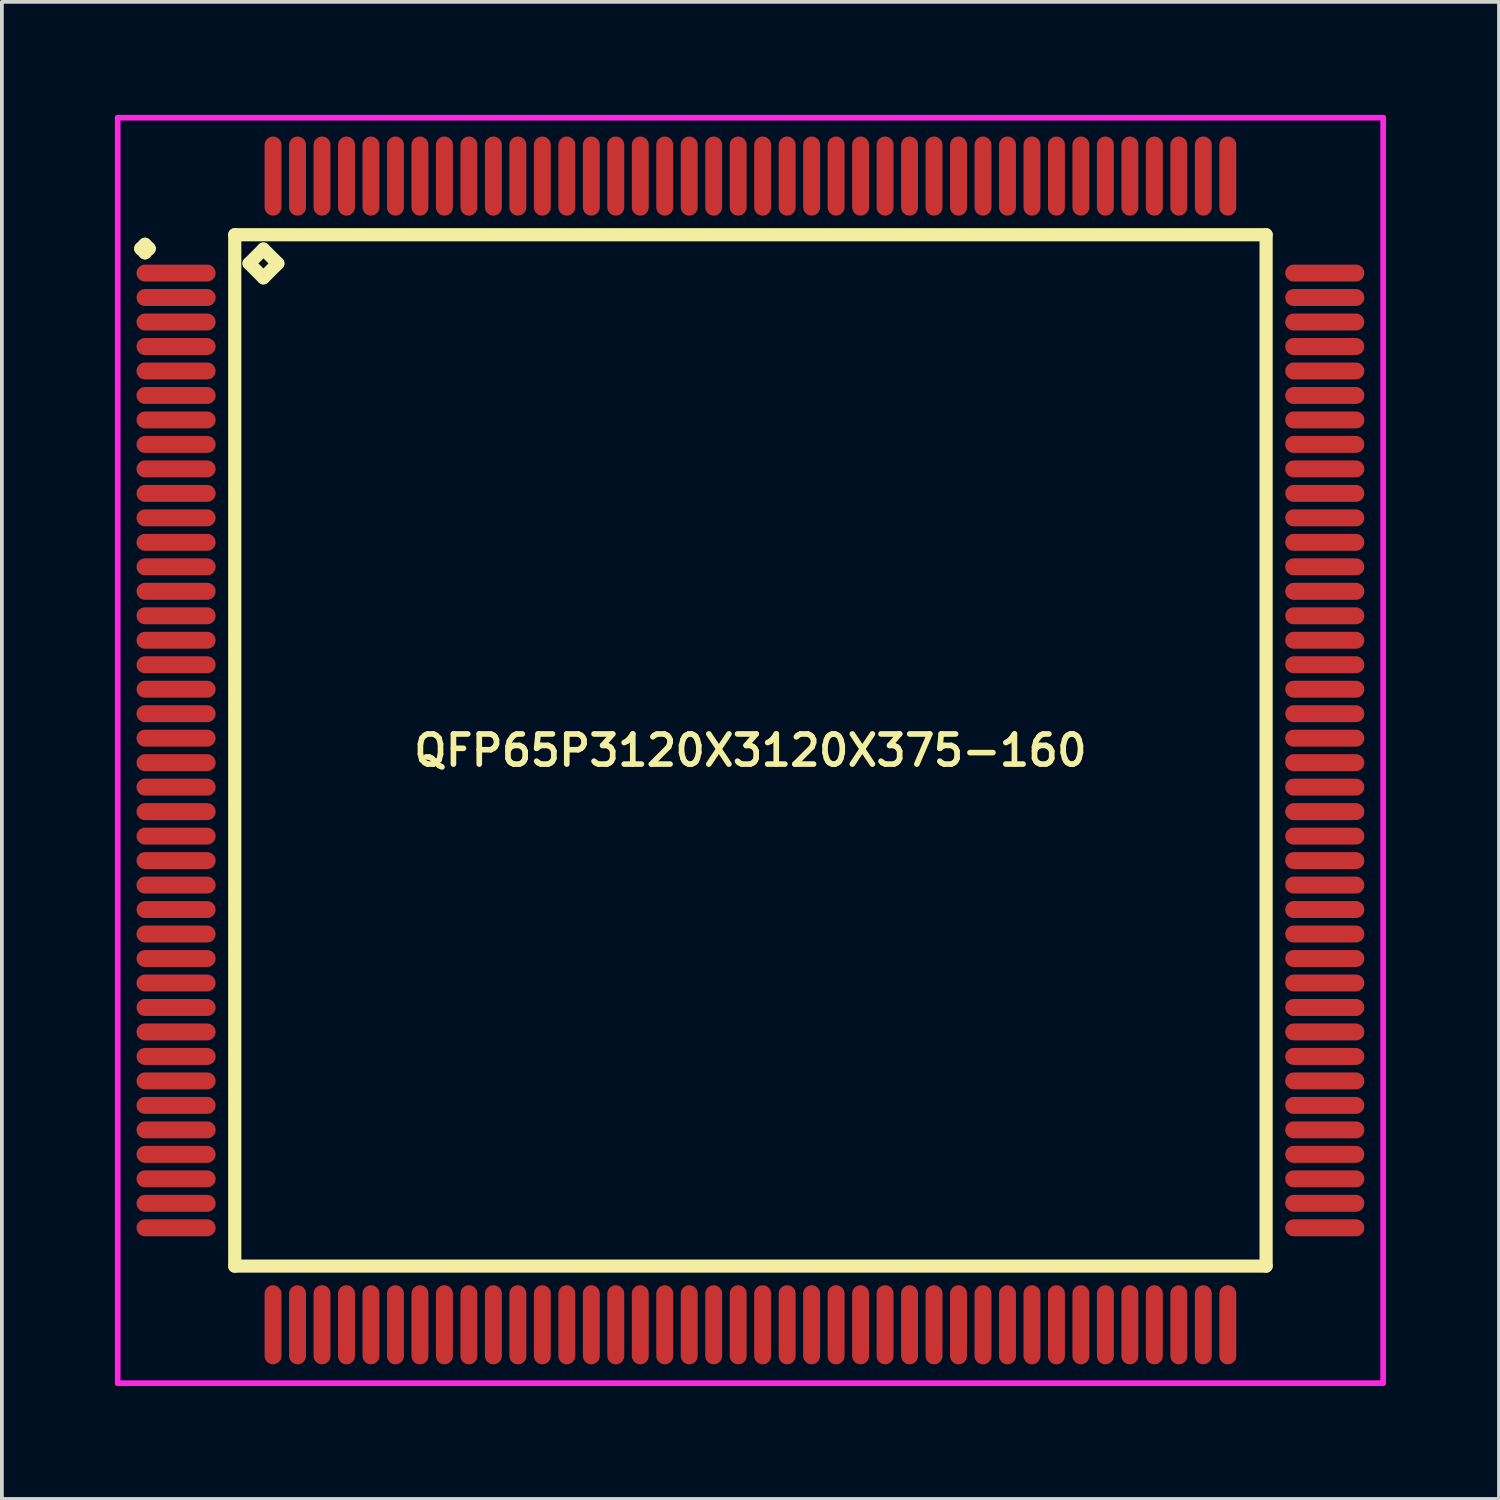
<source format=kicad_pcb>
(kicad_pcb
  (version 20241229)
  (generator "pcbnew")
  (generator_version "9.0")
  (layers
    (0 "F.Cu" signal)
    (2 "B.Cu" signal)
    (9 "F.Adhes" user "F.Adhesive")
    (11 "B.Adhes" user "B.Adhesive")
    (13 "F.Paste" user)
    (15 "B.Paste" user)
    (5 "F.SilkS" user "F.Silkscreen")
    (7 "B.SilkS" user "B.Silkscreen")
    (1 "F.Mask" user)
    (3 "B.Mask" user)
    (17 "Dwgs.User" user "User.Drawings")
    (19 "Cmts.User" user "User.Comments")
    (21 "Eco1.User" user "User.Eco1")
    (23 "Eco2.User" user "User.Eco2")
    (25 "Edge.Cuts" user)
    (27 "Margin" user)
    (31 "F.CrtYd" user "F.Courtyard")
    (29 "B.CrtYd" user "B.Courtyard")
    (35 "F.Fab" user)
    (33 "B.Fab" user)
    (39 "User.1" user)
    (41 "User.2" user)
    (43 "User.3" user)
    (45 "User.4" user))
  (footprint "QFP65P3120X3120X375-160"
    (layer "F.Cu")
    (at 16.875 16.875)
    (property "Reference" "QFP65P3120X3120X375-160" (at 0 0 0) (layer "F.SilkS") (effects (font (size 0.8 0.8) (thickness 0.15))))
    (attr smd)
    (fp_line (start -16.188 -13.325) (end -16.075 -13.438) (stroke (width 0.35) (type solid)) (layer "F.SilkS"))
    (fp_line (start -16.075 -13.438) (end -15.963 -13.325) (stroke (width 0.35) (type solid)) (layer "F.SilkS"))
    (fp_line (start -16.075 -13.213) (end -16.188 -13.325) (stroke (width 0.35) (type solid)) (layer "F.SilkS"))
    (fp_line (start -15.963 -13.325) (end -16.075 -13.213) (stroke (width 0.35) (type solid)) (layer "F.SilkS"))
    (fp_line (start -13.692 -13.692) (end -13.692 13.692) (stroke (width 0.35) (type solid)) (layer "F.SilkS"))
    (fp_line (start -13.692 13.692) (end 13.692 13.692) (stroke (width 0.35) (type solid)) (layer "F.SilkS"))
    (fp_line (start -13.311 -12.93) (end -12.93 -13.311) (stroke (width 0.35) (type solid)) (layer "F.SilkS"))
    (fp_line (start -12.93 -13.311) (end -12.549 -12.93) (stroke (width 0.35) (type solid)) (layer "F.SilkS"))
    (fp_line (start -12.93 -12.549) (end -13.311 -12.93) (stroke (width 0.35) (type solid)) (layer "F.SilkS"))
    (fp_line (start -12.549 -12.93) (end -12.93 -12.549) (stroke (width 0.35) (type solid)) (layer "F.SilkS"))
    (fp_line (start 13.692 -13.692) (end -13.692 -13.692) (stroke (width 0.35) (type solid)) (layer "F.SilkS"))
    (fp_line (start 13.692 13.692) (end 13.692 -13.692) (stroke (width 0.35) (type solid)) (layer "F.SilkS"))
    (fp_line (start -16.8 -16.8) (end 16.8 -16.8) (stroke (width 0.15) (type solid)) (layer "F.CrtYd"))
    (fp_line (start -16.8 16.8) (end -16.8 -16.8) (stroke (width 0.15) (type solid)) (layer "F.CrtYd"))
    (fp_line (start 16.8 -16.8) (end 16.8 16.8) (stroke (width 0.15) (type solid)) (layer "F.CrtYd"))
    (fp_line (start 16.8 16.8) (end -16.8 16.8) (stroke (width 0.15) (type solid)) (layer "F.CrtYd"))
    (pad "1" smd oval (at -15.25 -12.675) (size 2.1 0.45) (layers "F.Cu" "F.Mask" "F.Paste"))
    (pad "2" smd oval (at -15.25 -12.025) (size 2.1 0.45) (layers "F.Cu" "F.Mask" "F.Paste"))
    (pad "3" smd oval (at -15.25 -11.375) (size 2.1 0.45) (layers "F.Cu" "F.Mask" "F.Paste"))
    (pad "4" smd oval (at -15.25 -10.725) (size 2.1 0.45) (layers "F.Cu" "F.Mask" "F.Paste"))
    (pad "5" smd oval (at -15.25 -10.075) (size 2.1 0.45) (layers "F.Cu" "F.Mask" "F.Paste"))
    (pad "6" smd oval (at -15.25 -9.425) (size 2.1 0.45) (layers "F.Cu" "F.Mask" "F.Paste"))
    (pad "7" smd oval (at -15.25 -8.775) (size 2.1 0.45) (layers "F.Cu" "F.Mask" "F.Paste"))
    (pad "8" smd oval (at -15.25 -8.125) (size 2.1 0.45) (layers "F.Cu" "F.Mask" "F.Paste"))
    (pad "9" smd oval (at -15.25 -7.475) (size 2.1 0.45) (layers "F.Cu" "F.Mask" "F.Paste"))
    (pad "10" smd oval (at -15.25 -6.825) (size 2.1 0.45) (layers "F.Cu" "F.Mask" "F.Paste"))
    (pad "11" smd oval (at -15.25 -6.175) (size 2.1 0.45) (layers "F.Cu" "F.Mask" "F.Paste"))
    (pad "12" smd oval (at -15.25 -5.525) (size 2.1 0.45) (layers "F.Cu" "F.Mask" "F.Paste"))
    (pad "13" smd oval (at -15.25 -4.875) (size 2.1 0.45) (layers "F.Cu" "F.Mask" "F.Paste"))
    (pad "14" smd oval (at -15.25 -4.225) (size 2.1 0.45) (layers "F.Cu" "F.Mask" "F.Paste"))
    (pad "15" smd oval (at -15.25 -3.575) (size 2.1 0.45) (layers "F.Cu" "F.Mask" "F.Paste"))
    (pad "16" smd oval (at -15.25 -2.925) (size 2.1 0.45) (layers "F.Cu" "F.Mask" "F.Paste"))
    (pad "17" smd oval (at -15.25 -2.275) (size 2.1 0.45) (layers "F.Cu" "F.Mask" "F.Paste"))
    (pad "18" smd oval (at -15.25 -1.625) (size 2.1 0.45) (layers "F.Cu" "F.Mask" "F.Paste"))
    (pad "19" smd oval (at -15.25 -0.975) (size 2.1 0.45) (layers "F.Cu" "F.Mask" "F.Paste"))
    (pad "20" smd oval (at -15.25 -0.325) (size 2.1 0.45) (layers "F.Cu" "F.Mask" "F.Paste"))
    (pad "21" smd oval (at -15.25 0.325) (size 2.1 0.45) (layers "F.Cu" "F.Mask" "F.Paste"))
    (pad "22" smd oval (at -15.25 0.975) (size 2.1 0.45) (layers "F.Cu" "F.Mask" "F.Paste"))
    (pad "23" smd oval (at -15.25 1.625) (size 2.1 0.45) (layers "F.Cu" "F.Mask" "F.Paste"))
    (pad "24" smd oval (at -15.25 2.275) (size 2.1 0.45) (layers "F.Cu" "F.Mask" "F.Paste"))
    (pad "25" smd oval (at -15.25 2.925) (size 2.1 0.45) (layers "F.Cu" "F.Mask" "F.Paste"))
    (pad "26" smd oval (at -15.25 3.575) (size 2.1 0.45) (layers "F.Cu" "F.Mask" "F.Paste"))
    (pad "27" smd oval (at -15.25 4.225) (size 2.1 0.45) (layers "F.Cu" "F.Mask" "F.Paste"))
    (pad "28" smd oval (at -15.25 4.875) (size 2.1 0.45) (layers "F.Cu" "F.Mask" "F.Paste"))
    (pad "29" smd oval (at -15.25 5.525) (size 2.1 0.45) (layers "F.Cu" "F.Mask" "F.Paste"))
    (pad "30" smd oval (at -15.25 6.175) (size 2.1 0.45) (layers "F.Cu" "F.Mask" "F.Paste"))
    (pad "31" smd oval (at -15.25 6.825) (size 2.1 0.45) (layers "F.Cu" "F.Mask" "F.Paste"))
    (pad "32" smd oval (at -15.25 7.475) (size 2.1 0.45) (layers "F.Cu" "F.Mask" "F.Paste"))
    (pad "33" smd oval (at -15.25 8.125) (size 2.1 0.45) (layers "F.Cu" "F.Mask" "F.Paste"))
    (pad "34" smd oval (at -15.25 8.775) (size 2.1 0.45) (layers "F.Cu" "F.Mask" "F.Paste"))
    (pad "35" smd oval (at -15.25 9.425) (size 2.1 0.45) (layers "F.Cu" "F.Mask" "F.Paste"))
    (pad "36" smd oval (at -15.25 10.075) (size 2.1 0.45) (layers "F.Cu" "F.Mask" "F.Paste"))
    (pad "37" smd oval (at -15.25 10.725) (size 2.1 0.45) (layers "F.Cu" "F.Mask" "F.Paste"))
    (pad "38" smd oval (at -15.25 11.375) (size 2.1 0.45) (layers "F.Cu" "F.Mask" "F.Paste"))
    (pad "39" smd oval (at -15.25 12.025) (size 2.1 0.45) (layers "F.Cu" "F.Mask" "F.Paste"))
    (pad "40" smd oval (at -15.25 12.675) (size 2.1 0.45) (layers "F.Cu" "F.Mask" "F.Paste"))
    (pad "41" smd oval (at -12.675 15.25) (size 0.45 2.1) (layers "F.Cu" "F.Mask" "F.Paste"))
    (pad "42" smd oval (at -12.025 15.25) (size 0.45 2.1) (layers "F.Cu" "F.Mask" "F.Paste"))
    (pad "43" smd oval (at -11.375 15.25) (size 0.45 2.1) (layers "F.Cu" "F.Mask" "F.Paste"))
    (pad "44" smd oval (at -10.725 15.25) (size 0.45 2.1) (layers "F.Cu" "F.Mask" "F.Paste"))
    (pad "45" smd oval (at -10.075 15.25) (size 0.45 2.1) (layers "F.Cu" "F.Mask" "F.Paste"))
    (pad "46" smd oval (at -9.425 15.25) (size 0.45 2.1) (layers "F.Cu" "F.Mask" "F.Paste"))
    (pad "47" smd oval (at -8.775 15.25) (size 0.45 2.1) (layers "F.Cu" "F.Mask" "F.Paste"))
    (pad "48" smd oval (at -8.125 15.25) (size 0.45 2.1) (layers "F.Cu" "F.Mask" "F.Paste"))
    (pad "49" smd oval (at -7.475 15.25) (size 0.45 2.1) (layers "F.Cu" "F.Mask" "F.Paste"))
    (pad "50" smd oval (at -6.825 15.25) (size 0.45 2.1) (layers "F.Cu" "F.Mask" "F.Paste"))
    (pad "51" smd oval (at -6.175 15.25) (size 0.45 2.1) (layers "F.Cu" "F.Mask" "F.Paste"))
    (pad "52" smd oval (at -5.525 15.25) (size 0.45 2.1) (layers "F.Cu" "F.Mask" "F.Paste"))
    (pad "53" smd oval (at -4.875 15.25) (size 0.45 2.1) (layers "F.Cu" "F.Mask" "F.Paste"))
    (pad "54" smd oval (at -4.225 15.25) (size 0.45 2.1) (layers "F.Cu" "F.Mask" "F.Paste"))
    (pad "55" smd oval (at -3.575 15.25) (size 0.45 2.1) (layers "F.Cu" "F.Mask" "F.Paste"))
    (pad "56" smd oval (at -2.925 15.25) (size 0.45 2.1) (layers "F.Cu" "F.Mask" "F.Paste"))
    (pad "57" smd oval (at -2.275 15.25) (size 0.45 2.1) (layers "F.Cu" "F.Mask" "F.Paste"))
    (pad "58" smd oval (at -1.625 15.25) (size 0.45 2.1) (layers "F.Cu" "F.Mask" "F.Paste"))
    (pad "59" smd oval (at -0.975 15.25) (size 0.45 2.1) (layers "F.Cu" "F.Mask" "F.Paste"))
    (pad "60" smd oval (at -0.325 15.25) (size 0.45 2.1) (layers "F.Cu" "F.Mask" "F.Paste"))
    (pad "61" smd oval (at 0.325 15.25) (size 0.45 2.1) (layers "F.Cu" "F.Mask" "F.Paste"))
    (pad "62" smd oval (at 0.975 15.25) (size 0.45 2.1) (layers "F.Cu" "F.Mask" "F.Paste"))
    (pad "63" smd oval (at 1.625 15.25) (size 0.45 2.1) (layers "F.Cu" "F.Mask" "F.Paste"))
    (pad "64" smd oval (at 2.275 15.25) (size 0.45 2.1) (layers "F.Cu" "F.Mask" "F.Paste"))
    (pad "65" smd oval (at 2.925 15.25) (size 0.45 2.1) (layers "F.Cu" "F.Mask" "F.Paste"))
    (pad "66" smd oval (at 3.575 15.25) (size 0.45 2.1) (layers "F.Cu" "F.Mask" "F.Paste"))
    (pad "67" smd oval (at 4.225 15.25) (size 0.45 2.1) (layers "F.Cu" "F.Mask" "F.Paste"))
    (pad "68" smd oval (at 4.875 15.25) (size 0.45 2.1) (layers "F.Cu" "F.Mask" "F.Paste"))
    (pad "69" smd oval (at 5.525 15.25) (size 0.45 2.1) (layers "F.Cu" "F.Mask" "F.Paste"))
    (pad "70" smd oval (at 6.175 15.25) (size 0.45 2.1) (layers "F.Cu" "F.Mask" "F.Paste"))
    (pad "71" smd oval (at 6.825 15.25) (size 0.45 2.1) (layers "F.Cu" "F.Mask" "F.Paste"))
    (pad "72" smd oval (at 7.475 15.25) (size 0.45 2.1) (layers "F.Cu" "F.Mask" "F.Paste"))
    (pad "73" smd oval (at 8.125 15.25) (size 0.45 2.1) (layers "F.Cu" "F.Mask" "F.Paste"))
    (pad "74" smd oval (at 8.775 15.25) (size 0.45 2.1) (layers "F.Cu" "F.Mask" "F.Paste"))
    (pad "75" smd oval (at 9.425 15.25) (size 0.45 2.1) (layers "F.Cu" "F.Mask" "F.Paste"))
    (pad "76" smd oval (at 10.075 15.25) (size 0.45 2.1) (layers "F.Cu" "F.Mask" "F.Paste"))
    (pad "77" smd oval (at 10.725 15.25) (size 0.45 2.1) (layers "F.Cu" "F.Mask" "F.Paste"))
    (pad "78" smd oval (at 11.375 15.25) (size 0.45 2.1) (layers "F.Cu" "F.Mask" "F.Paste"))
    (pad "79" smd oval (at 12.025 15.25) (size 0.45 2.1) (layers "F.Cu" "F.Mask" "F.Paste"))
    (pad "80" smd oval (at 12.675 15.25) (size 0.45 2.1) (layers "F.Cu" "F.Mask" "F.Paste"))
    (pad "81" smd oval (at 15.25 12.675) (size 2.1 0.45) (layers "F.Cu" "F.Mask" "F.Paste"))
    (pad "82" smd oval (at 15.25 12.025) (size 2.1 0.45) (layers "F.Cu" "F.Mask" "F.Paste"))
    (pad "83" smd oval (at 15.25 11.375) (size 2.1 0.45) (layers "F.Cu" "F.Mask" "F.Paste"))
    (pad "84" smd oval (at 15.25 10.725) (size 2.1 0.45) (layers "F.Cu" "F.Mask" "F.Paste"))
    (pad "85" smd oval (at 15.25 10.075) (size 2.1 0.45) (layers "F.Cu" "F.Mask" "F.Paste"))
    (pad "86" smd oval (at 15.25 9.425) (size 2.1 0.45) (layers "F.Cu" "F.Mask" "F.Paste"))
    (pad "87" smd oval (at 15.25 8.775) (size 2.1 0.45) (layers "F.Cu" "F.Mask" "F.Paste"))
    (pad "88" smd oval (at 15.25 8.125) (size 2.1 0.45) (layers "F.Cu" "F.Mask" "F.Paste"))
    (pad "89" smd oval (at 15.25 7.475) (size 2.1 0.45) (layers "F.Cu" "F.Mask" "F.Paste"))
    (pad "90" smd oval (at 15.25 6.825) (size 2.1 0.45) (layers "F.Cu" "F.Mask" "F.Paste"))
    (pad "91" smd oval (at 15.25 6.175) (size 2.1 0.45) (layers "F.Cu" "F.Mask" "F.Paste"))
    (pad "92" smd oval (at 15.25 5.525) (size 2.1 0.45) (layers "F.Cu" "F.Mask" "F.Paste"))
    (pad "93" smd oval (at 15.25 4.875) (size 2.1 0.45) (layers "F.Cu" "F.Mask" "F.Paste"))
    (pad "94" smd oval (at 15.25 4.225) (size 2.1 0.45) (layers "F.Cu" "F.Mask" "F.Paste"))
    (pad "95" smd oval (at 15.25 3.575) (size 2.1 0.45) (layers "F.Cu" "F.Mask" "F.Paste"))
    (pad "96" smd oval (at 15.25 2.925) (size 2.1 0.45) (layers "F.Cu" "F.Mask" "F.Paste"))
    (pad "97" smd oval (at 15.25 2.275) (size 2.1 0.45) (layers "F.Cu" "F.Mask" "F.Paste"))
    (pad "98" smd oval (at 15.25 1.625) (size 2.1 0.45) (layers "F.Cu" "F.Mask" "F.Paste"))
    (pad "99" smd oval (at 15.25 0.975) (size 2.1 0.45) (layers "F.Cu" "F.Mask" "F.Paste"))
    (pad "100" smd oval (at 15.25 0.325) (size 2.1 0.45) (layers "F.Cu" "F.Mask" "F.Paste"))
    (pad "101" smd oval (at 15.25 -0.325) (size 2.1 0.45) (layers "F.Cu" "F.Mask" "F.Paste"))
    (pad "102" smd oval (at 15.25 -0.975) (size 2.1 0.45) (layers "F.Cu" "F.Mask" "F.Paste"))
    (pad "103" smd oval (at 15.25 -1.625) (size 2.1 0.45) (layers "F.Cu" "F.Mask" "F.Paste"))
    (pad "104" smd oval (at 15.25 -2.275) (size 2.1 0.45) (layers "F.Cu" "F.Mask" "F.Paste"))
    (pad "105" smd oval (at 15.25 -2.925) (size 2.1 0.45) (layers "F.Cu" "F.Mask" "F.Paste"))
    (pad "106" smd oval (at 15.25 -3.575) (size 2.1 0.45) (layers "F.Cu" "F.Mask" "F.Paste"))
    (pad "107" smd oval (at 15.25 -4.225) (size 2.1 0.45) (layers "F.Cu" "F.Mask" "F.Paste"))
    (pad "108" smd oval (at 15.25 -4.875) (size 2.1 0.45) (layers "F.Cu" "F.Mask" "F.Paste"))
    (pad "109" smd oval (at 15.25 -5.525) (size 2.1 0.45) (layers "F.Cu" "F.Mask" "F.Paste"))
    (pad "110" smd oval (at 15.25 -6.175) (size 2.1 0.45) (layers "F.Cu" "F.Mask" "F.Paste"))
    (pad "111" smd oval (at 15.25 -6.825) (size 2.1 0.45) (layers "F.Cu" "F.Mask" "F.Paste"))
    (pad "112" smd oval (at 15.25 -7.475) (size 2.1 0.45) (layers "F.Cu" "F.Mask" "F.Paste"))
    (pad "113" smd oval (at 15.25 -8.125) (size 2.1 0.45) (layers "F.Cu" "F.Mask" "F.Paste"))
    (pad "114" smd oval (at 15.25 -8.775) (size 2.1 0.45) (layers "F.Cu" "F.Mask" "F.Paste"))
    (pad "115" smd oval (at 15.25 -9.425) (size 2.1 0.45) (layers "F.Cu" "F.Mask" "F.Paste"))
    (pad "116" smd oval (at 15.25 -10.075) (size 2.1 0.45) (layers "F.Cu" "F.Mask" "F.Paste"))
    (pad "117" smd oval (at 15.25 -10.725) (size 2.1 0.45) (layers "F.Cu" "F.Mask" "F.Paste"))
    (pad "118" smd oval (at 15.25 -11.375) (size 2.1 0.45) (layers "F.Cu" "F.Mask" "F.Paste"))
    (pad "119" smd oval (at 15.25 -12.025) (size 2.1 0.45) (layers "F.Cu" "F.Mask" "F.Paste"))
    (pad "120" smd oval (at 15.25 -12.675) (size 2.1 0.45) (layers "F.Cu" "F.Mask" "F.Paste"))
    (pad "121" smd oval (at 12.675 -15.25) (size 0.45 2.1) (layers "F.Cu" "F.Mask" "F.Paste"))
    (pad "122" smd oval (at 12.025 -15.25) (size 0.45 2.1) (layers "F.Cu" "F.Mask" "F.Paste"))
    (pad "123" smd oval (at 11.375 -15.25) (size 0.45 2.1) (layers "F.Cu" "F.Mask" "F.Paste"))
    (pad "124" smd oval (at 10.725 -15.25) (size 0.45 2.1) (layers "F.Cu" "F.Mask" "F.Paste"))
    (pad "125" smd oval (at 10.075 -15.25) (size 0.45 2.1) (layers "F.Cu" "F.Mask" "F.Paste"))
    (pad "126" smd oval (at 9.425 -15.25) (size 0.45 2.1) (layers "F.Cu" "F.Mask" "F.Paste"))
    (pad "127" smd oval (at 8.775 -15.25) (size 0.45 2.1) (layers "F.Cu" "F.Mask" "F.Paste"))
    (pad "128" smd oval (at 8.125 -15.25) (size 0.45 2.1) (layers "F.Cu" "F.Mask" "F.Paste"))
    (pad "129" smd oval (at 7.475 -15.25) (size 0.45 2.1) (layers "F.Cu" "F.Mask" "F.Paste"))
    (pad "130" smd oval (at 6.825 -15.25) (size 0.45 2.1) (layers "F.Cu" "F.Mask" "F.Paste"))
    (pad "131" smd oval (at 6.175 -15.25) (size 0.45 2.1) (layers "F.Cu" "F.Mask" "F.Paste"))
    (pad "132" smd oval (at 5.525 -15.25) (size 0.45 2.1) (layers "F.Cu" "F.Mask" "F.Paste"))
    (pad "133" smd oval (at 4.875 -15.25) (size 0.45 2.1) (layers "F.Cu" "F.Mask" "F.Paste"))
    (pad "134" smd oval (at 4.225 -15.25) (size 0.45 2.1) (layers "F.Cu" "F.Mask" "F.Paste"))
    (pad "135" smd oval (at 3.575 -15.25) (size 0.45 2.1) (layers "F.Cu" "F.Mask" "F.Paste"))
    (pad "136" smd oval (at 2.925 -15.25) (size 0.45 2.1) (layers "F.Cu" "F.Mask" "F.Paste"))
    (pad "137" smd oval (at 2.275 -15.25) (size 0.45 2.1) (layers "F.Cu" "F.Mask" "F.Paste"))
    (pad "138" smd oval (at 1.625 -15.25) (size 0.45 2.1) (layers "F.Cu" "F.Mask" "F.Paste"))
    (pad "139" smd oval (at 0.975 -15.25) (size 0.45 2.1) (layers "F.Cu" "F.Mask" "F.Paste"))
    (pad "140" smd oval (at 0.325 -15.25) (size 0.45 2.1) (layers "F.Cu" "F.Mask" "F.Paste"))
    (pad "141" smd oval (at -0.325 -15.25) (size 0.45 2.1) (layers "F.Cu" "F.Mask" "F.Paste"))
    (pad "142" smd oval (at -0.975 -15.25) (size 0.45 2.1) (layers "F.Cu" "F.Mask" "F.Paste"))
    (pad "143" smd oval (at -1.625 -15.25) (size 0.45 2.1) (layers "F.Cu" "F.Mask" "F.Paste"))
    (pad "144" smd oval (at -2.275 -15.25) (size 0.45 2.1) (layers "F.Cu" "F.Mask" "F.Paste"))
    (pad "145" smd oval (at -2.925 -15.25) (size 0.45 2.1) (layers "F.Cu" "F.Mask" "F.Paste"))
    (pad "146" smd oval (at -3.575 -15.25) (size 0.45 2.1) (layers "F.Cu" "F.Mask" "F.Paste"))
    (pad "147" smd oval (at -4.225 -15.25) (size 0.45 2.1) (layers "F.Cu" "F.Mask" "F.Paste"))
    (pad "148" smd oval (at -4.875 -15.25) (size 0.45 2.1) (layers "F.Cu" "F.Mask" "F.Paste"))
    (pad "149" smd oval (at -5.525 -15.25) (size 0.45 2.1) (layers "F.Cu" "F.Mask" "F.Paste"))
    (pad "150" smd oval (at -6.175 -15.25) (size 0.45 2.1) (layers "F.Cu" "F.Mask" "F.Paste"))
    (pad "151" smd oval (at -6.825 -15.25) (size 0.45 2.1) (layers "F.Cu" "F.Mask" "F.Paste"))
    (pad "152" smd oval (at -7.475 -15.25) (size 0.45 2.1) (layers "F.Cu" "F.Mask" "F.Paste"))
    (pad "153" smd oval (at -8.125 -15.25) (size 0.45 2.1) (layers "F.Cu" "F.Mask" "F.Paste"))
    (pad "154" smd oval (at -8.775 -15.25) (size 0.45 2.1) (layers "F.Cu" "F.Mask" "F.Paste"))
    (pad "155" smd oval (at -9.425 -15.25) (size 0.45 2.1) (layers "F.Cu" "F.Mask" "F.Paste"))
    (pad "156" smd oval (at -10.075 -15.25) (size 0.45 2.1) (layers "F.Cu" "F.Mask" "F.Paste"))
    (pad "157" smd oval (at -10.725 -15.25) (size 0.45 2.1) (layers "F.Cu" "F.Mask" "F.Paste"))
    (pad "158" smd oval (at -11.375 -15.25) (size 0.45 2.1) (layers "F.Cu" "F.Mask" "F.Paste"))
    (pad "159" smd oval (at -12.025 -15.25) (size 0.45 2.1) (layers "F.Cu" "F.Mask" "F.Paste"))
    (pad "160" smd oval (at -12.675 -15.25) (size 0.45 2.1) (layers "F.Cu" "F.Mask" "F.Paste")))
  (gr_rect
    (start -3 -3)
    (end 36.75 36.75)
    (stroke (width 0.1) (type default))
    (fill no)
    (layer "Edge.Cuts")))
</source>
